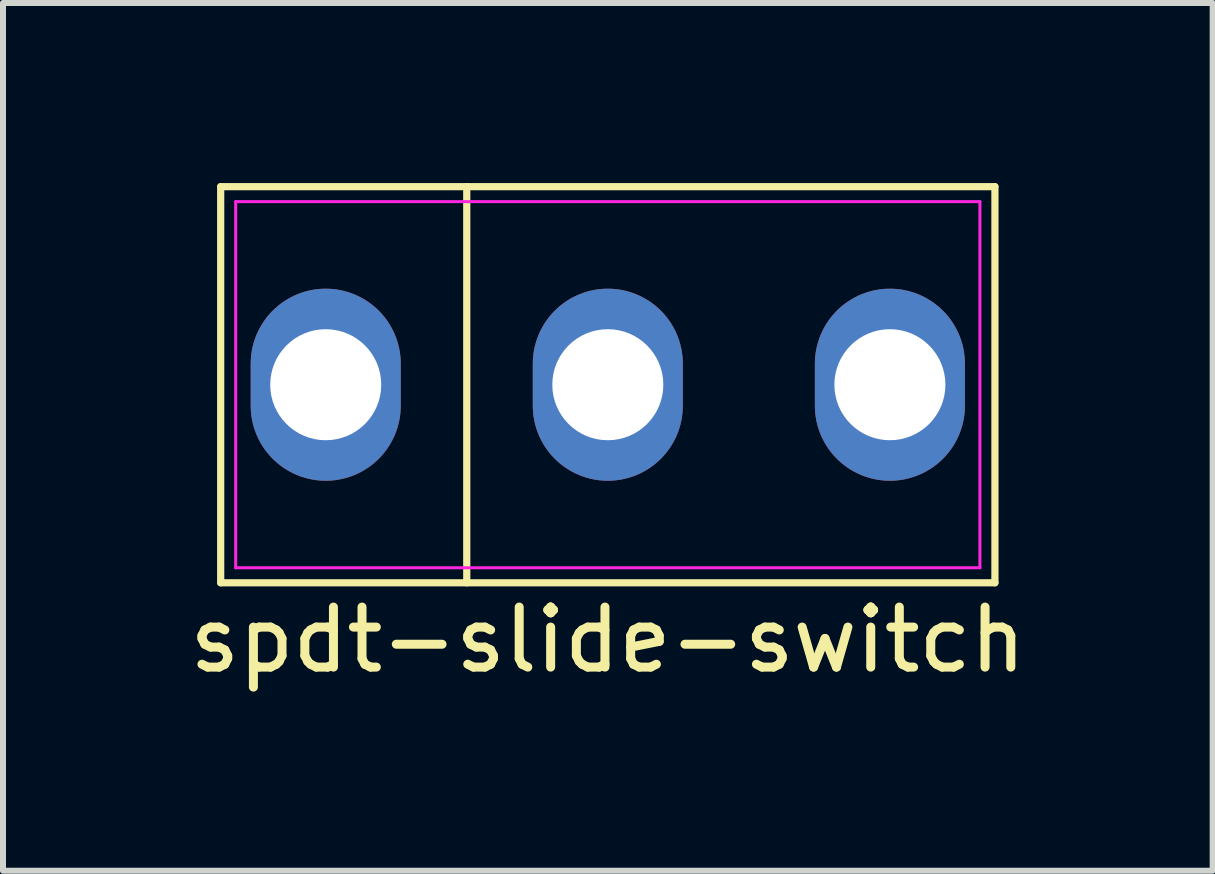
<source format=kicad_pcb>
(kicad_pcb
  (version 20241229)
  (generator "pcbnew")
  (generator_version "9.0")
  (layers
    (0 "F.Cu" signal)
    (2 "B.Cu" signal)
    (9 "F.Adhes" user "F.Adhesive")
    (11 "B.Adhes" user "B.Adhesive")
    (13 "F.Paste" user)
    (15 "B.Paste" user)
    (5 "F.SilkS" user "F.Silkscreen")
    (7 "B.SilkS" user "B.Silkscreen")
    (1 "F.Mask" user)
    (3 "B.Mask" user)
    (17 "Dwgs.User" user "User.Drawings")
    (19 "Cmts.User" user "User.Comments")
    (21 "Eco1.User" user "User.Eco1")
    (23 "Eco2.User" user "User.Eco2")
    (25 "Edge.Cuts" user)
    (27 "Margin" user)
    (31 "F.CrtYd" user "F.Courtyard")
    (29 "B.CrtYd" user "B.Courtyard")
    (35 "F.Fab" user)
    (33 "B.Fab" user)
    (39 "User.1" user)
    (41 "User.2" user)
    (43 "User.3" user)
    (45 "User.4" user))
  (footprint "spdt-slide-switch"
    (layer "F.Cu")
    (at 7.077 3.36)
    (property "Reference" "spdt-slide-switch" (at 0 4.25 0) (layer "F.SilkS") (effects (font (size 1 1) (thickness 0.15))))
    (fp_line (start -6.45 -3.3) (end 6.45 -3.3) (stroke (width 0.12) (type solid)) (layer "F.SilkS"))
    (fp_line (start -6.45 3.3) (end -6.45 -3.3) (stroke (width 0.12) (type solid)) (layer "F.SilkS"))
    (fp_line (start -2.35 -3.3) (end -2.35 3.3) (stroke (width 0.12) (type solid)) (layer "F.SilkS"))
    (fp_line (start 6.45 -3.3) (end 6.45 3.3) (stroke (width 0.12) (type solid)) (layer "F.SilkS"))
    (fp_line (start 6.45 3.3) (end -6.45 3.3) (stroke (width 0.12) (type solid)) (layer "F.SilkS"))
    (fp_line (start -6.2 -3.05) (end 6.2 -3.05) (stroke (width 0.05) (type solid)) (layer "F.CrtYd"))
    (fp_line (start -6.2 3.05) (end -6.2 -3.05) (stroke (width 0.05) (type solid)) (layer "F.CrtYd"))
    (fp_line (start 6.2 -3.05) (end 6.2 3.05) (stroke (width 0.05) (type solid)) (layer "F.CrtYd"))
    (fp_line (start 6.2 3.05) (end -6.2 3.05) (stroke (width 0.05) (type solid)) (layer "F.CrtYd"))
    (pad "1" thru_hole oval (at -4.7 0) (size 2.5 3.2) (drill 1.85) (layers "*.Cu" "*.Mask"))
    (pad "2" thru_hole oval (at 0 0) (size 2.5 3.2) (drill 1.85) (layers "*.Cu" "*.Mask"))
    (pad "3" thru_hole oval (at 4.7 0) (size 2.5 3.2) (drill 1.85) (layers "*.Cu" "*.Mask")))
  (gr_rect
    (start -3 -3)
    (end 17.155 11.458)
    (stroke (width 0.1) (type default))
    (fill no)
    (layer "Edge.Cuts")))
</source>
